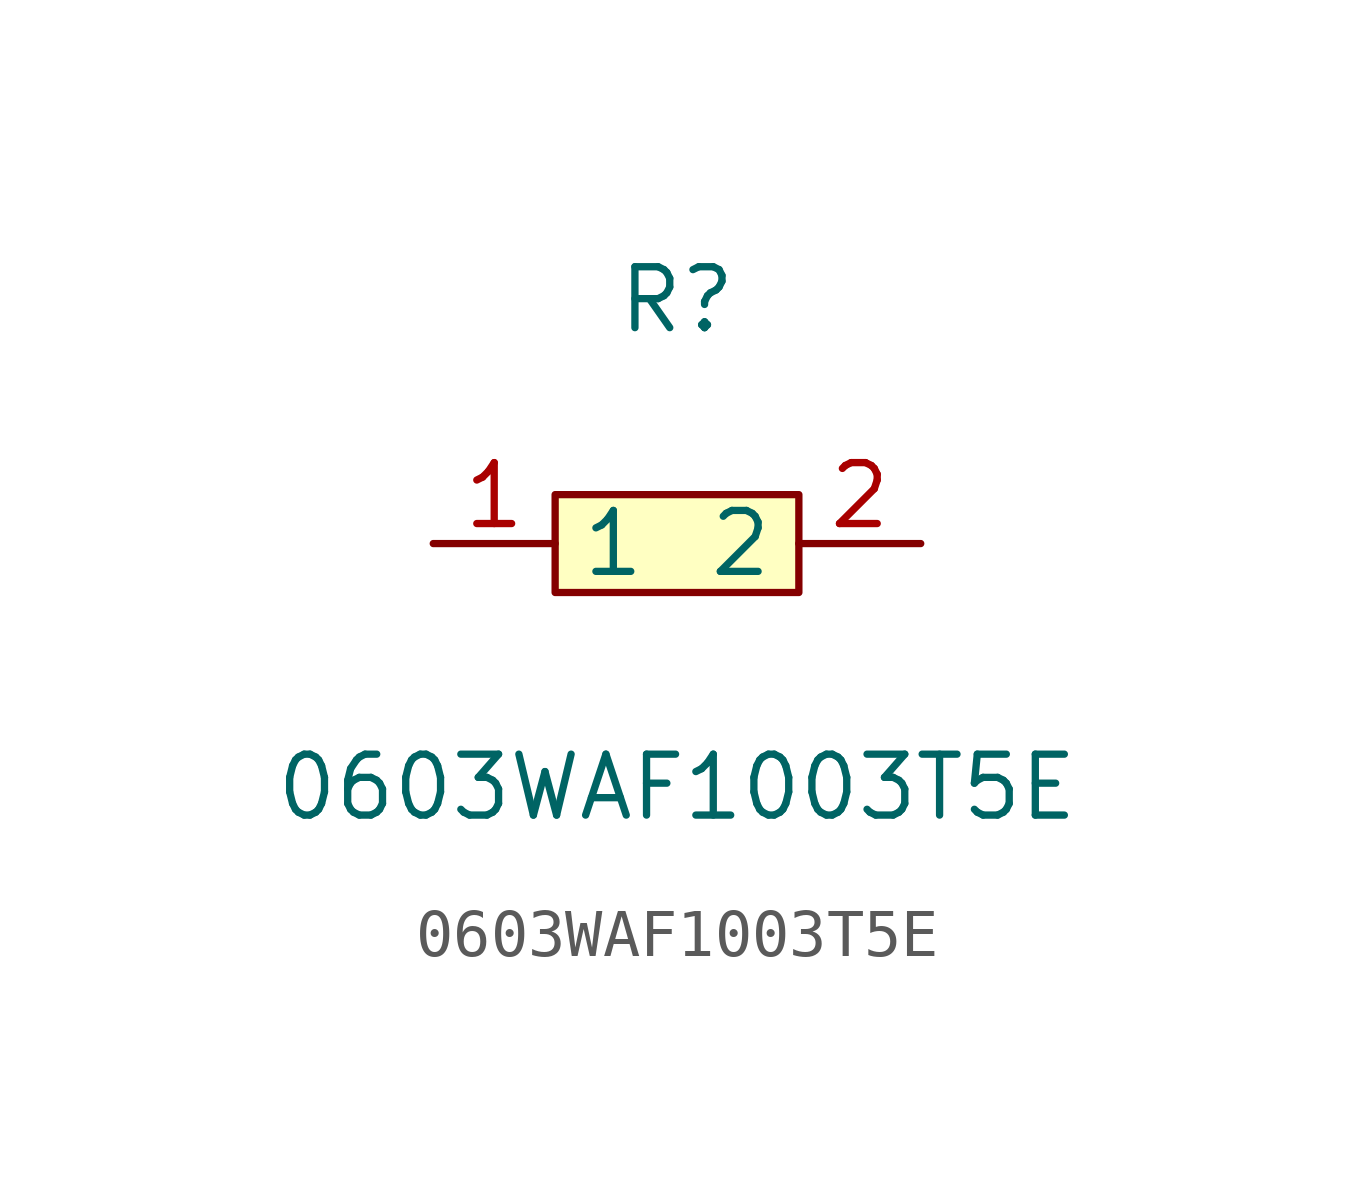
<source format=kicad_sym>
(kicad_symbol_lib
  (version 1)
  (generator "faebryk")
  (symbol "0603WAF1003T5E"
    (property "Reference" "R"
      (at 0 5.08 0)
      (effects (font (size 1.27 1.27)) (hide no)))
    (property "Value" "0603WAF1003T5E"
      (at 0 -5.08 0)
      (effects (font (size 1.27 1.27)) (hide no)))
    (symbol "0603WAF1003T5E_0_1"
      (rectangle (start -2.54 1.02) (end 2.54 -1.02) (stroke (width 0) (type default) (color 0 0 0 0)) (fill (type background)))
      (pin input line (at 5.08 0 180) (length 2.54) (name "2" (effects (font (size 1.27 1.27)) (hide no))) (number "2" (effects (font (size 1.27 1.27)) (hide no))))
      (pin input line (at -5.08 0 0) (length 2.54) (name "1" (effects (font (size 1.27 1.27)) (hide no))) (number "1" (effects (font (size 1.27 1.27)) (hide no)))))))
</source>
